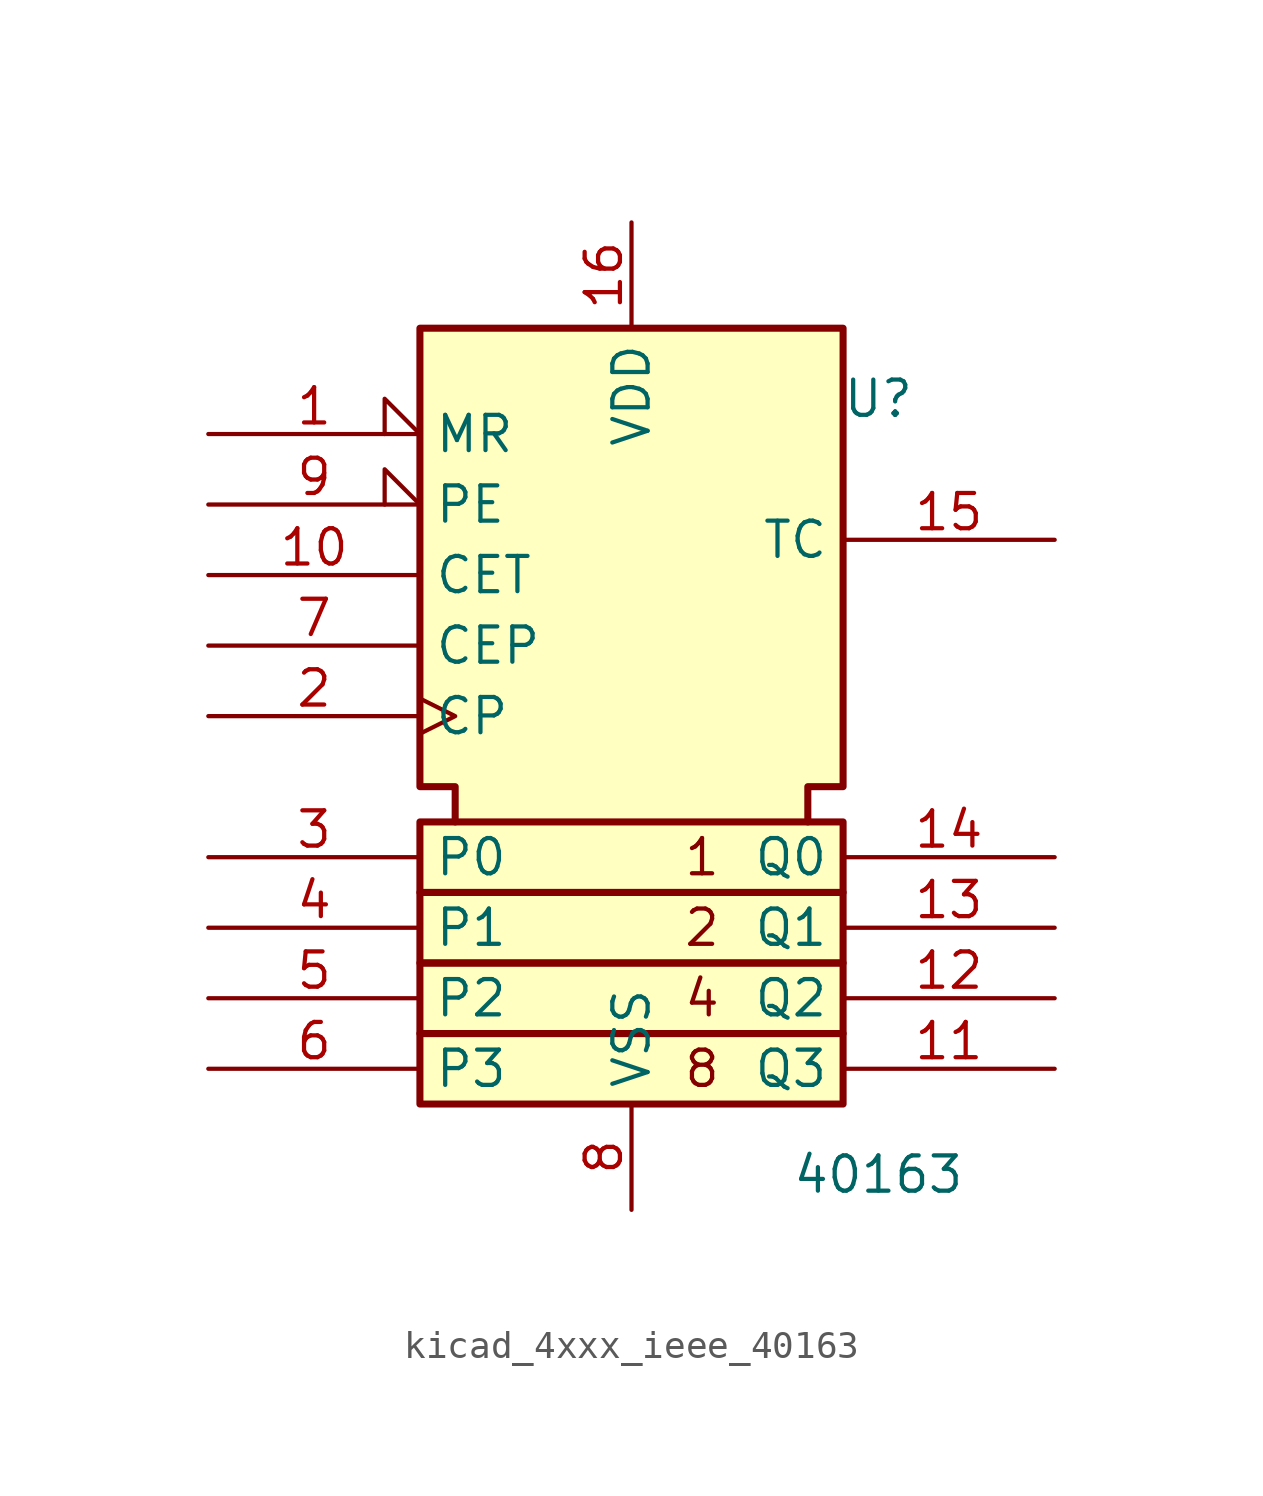
<source format=kicad_sym>
(kicad_symbol_lib
  (version 20220914)
  (generator kicad_symbol_editor)
  (symbol "kicad_4xxx_ieee_40163"
    (property "Reference" "U"
      (at 8.89 10.16 0)
      (effects (font (size 1.27 1.27))))
    (property "Value" "40163"
      (at 8.89 -17.78 0)
      (effects (font (size 1.27 1.27))))
    (symbol "kicad_4xxx_ieee_40163_0_0"
      (rectangle (start -7.62 -12.7) (end 7.62 -15.24) (stroke (width 0.254) (type default)) (fill (type background)))
      (rectangle (start -7.62 -10.16) (end 7.62 -12.7) (stroke (width 0.254) (type default)) (fill (type background)))
      (rectangle (start -7.62 -7.62) (end 7.62 -10.16) (stroke (width 0.254) (type default)) (fill (type background)))
      (rectangle (start -7.62 -5.08) (end 7.62 -7.62) (stroke (width 0.254) (type default)) (fill (type background)))
      (polyline (pts (xy -6.35 -5.08) (xy -6.35 -3.81) (xy -7.62 -3.81) (xy -7.62 12.7) (xy 7.62 12.7) (xy 7.62 -3.81) (xy 6.35 -3.81) (xy 6.35 -5.08) (xy 6.35 -5.08)) (stroke (width 0.254) (type default)) (fill (type background)))
      (text "1" (at 2.54 -6.35 0) (effects (font (size 1.27 1.27))))
      (text "2" (at 2.54 -8.89 0) (effects (font (size 1.27 1.27))))
      (text "4" (at 2.54 -11.43 0) (effects (font (size 1.27 1.27))))
      (text "8" (at 2.54 -13.97 0) (effects (font (size 1.27 1.27)))))
    (symbol "kicad_4xxx_ieee_40163_1_1"
      (pin input input_low (at -15.24 8.89 0) (length 7.62) (name "MR" (effects (font (size 1.27 1.27)))) (number "1" (effects (font (size 1.27 1.27)))))
      (pin input line (at -15.24 3.81 0) (length 7.62) (name "CET" (effects (font (size 1.27 1.27)))) (number "10" (effects (font (size 1.27 1.27)))))
      (pin output line (at 15.24 -13.97 180) (length 7.62) (name "Q3" (effects (font (size 1.27 1.27)))) (number "11" (effects (font (size 1.27 1.27)))))
      (pin output line (at 15.24 -11.43 180) (length 7.62) (name "Q2" (effects (font (size 1.27 1.27)))) (number "12" (effects (font (size 1.27 1.27)))))
      (pin output line (at 15.24 -8.89 180) (length 7.62) (name "Q1" (effects (font (size 1.27 1.27)))) (number "13" (effects (font (size 1.27 1.27)))))
      (pin output line (at 15.24 -6.35 180) (length 7.62) (name "Q0" (effects (font (size 1.27 1.27)))) (number "14" (effects (font (size 1.27 1.27)))))
      (pin output line (at 15.24 5.08 180) (length 7.62) (name "TC" (effects (font (size 1.27 1.27)))) (number "15" (effects (font (size 1.27 1.27)))))
      (pin power_in line (at 0 16.51 270) (length 3.81) (name "VDD" (effects (font (size 1.27 1.27)))) (number "16" (effects (font (size 1.27 1.27)))))
      (pin input clock (at -15.24 -1.27 0) (length 7.62) (name "CP" (effects (font (size 1.27 1.27)))) (number "2" (effects (font (size 1.27 1.27)))))
      (pin input line (at -15.24 -6.35 0) (length 7.62) (name "P0" (effects (font (size 1.27 1.27)))) (number "3" (effects (font (size 1.27 1.27)))))
      (pin input line (at -15.24 -8.89 0) (length 7.62) (name "P1" (effects (font (size 1.27 1.27)))) (number "4" (effects (font (size 1.27 1.27)))))
      (pin input line (at -15.24 -11.43 0) (length 7.62) (name "P2" (effects (font (size 1.27 1.27)))) (number "5" (effects (font (size 1.27 1.27)))))
      (pin input line (at -15.24 -13.97 0) (length 7.62) (name "P3" (effects (font (size 1.27 1.27)))) (number "6" (effects (font (size 1.27 1.27)))))
      (pin input line (at -15.24 1.27 0) (length 7.62) (name "CEP" (effects (font (size 1.27 1.27)))) (number "7" (effects (font (size 1.27 1.27)))))
      (pin power_in line (at 0 -19.05 90) (length 3.81) (name "VSS" (effects (font (size 1.27 1.27)))) (number "8" (effects (font (size 1.27 1.27)))))
      (pin input input_low (at -15.24 6.35 0) (length 7.62) (name "PE" (effects (font (size 1.27 1.27)))) (number "9" (effects (font (size 1.27 1.27))))))))
</source>
